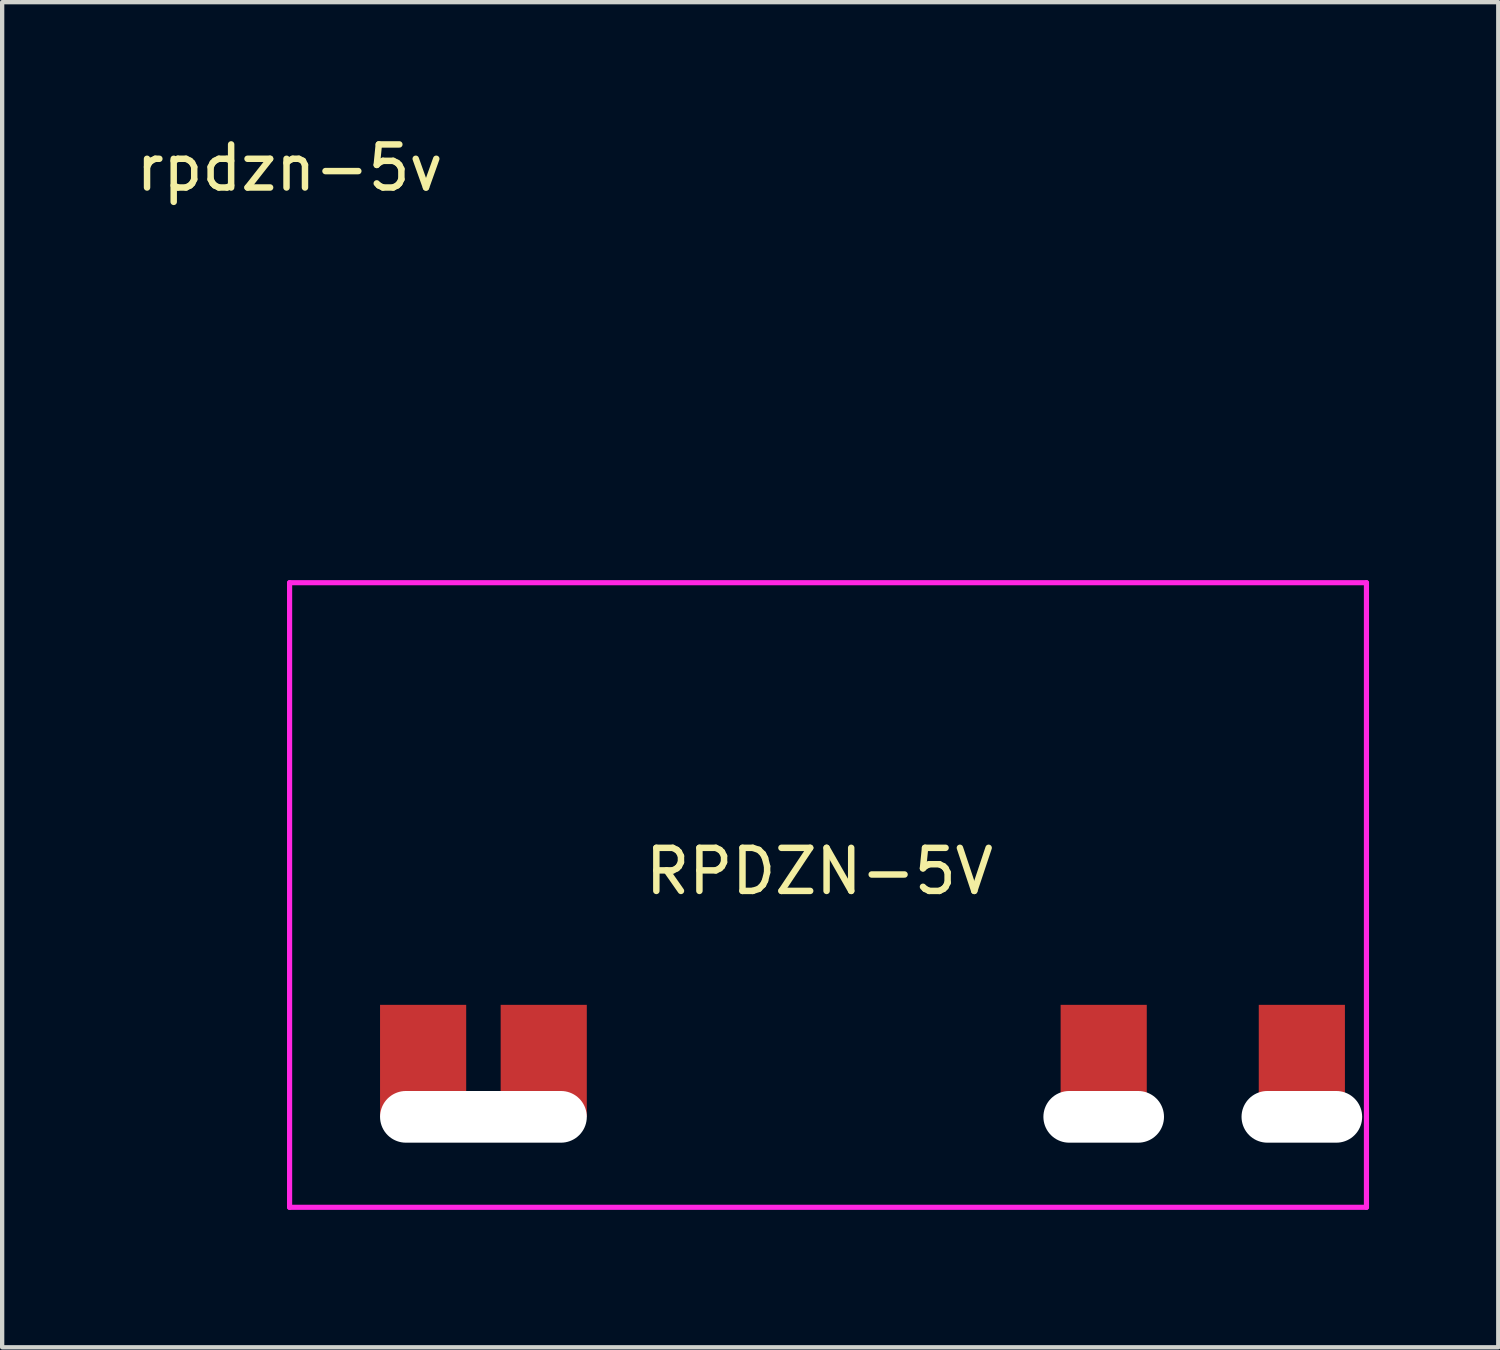
<source format=kicad_pcb>
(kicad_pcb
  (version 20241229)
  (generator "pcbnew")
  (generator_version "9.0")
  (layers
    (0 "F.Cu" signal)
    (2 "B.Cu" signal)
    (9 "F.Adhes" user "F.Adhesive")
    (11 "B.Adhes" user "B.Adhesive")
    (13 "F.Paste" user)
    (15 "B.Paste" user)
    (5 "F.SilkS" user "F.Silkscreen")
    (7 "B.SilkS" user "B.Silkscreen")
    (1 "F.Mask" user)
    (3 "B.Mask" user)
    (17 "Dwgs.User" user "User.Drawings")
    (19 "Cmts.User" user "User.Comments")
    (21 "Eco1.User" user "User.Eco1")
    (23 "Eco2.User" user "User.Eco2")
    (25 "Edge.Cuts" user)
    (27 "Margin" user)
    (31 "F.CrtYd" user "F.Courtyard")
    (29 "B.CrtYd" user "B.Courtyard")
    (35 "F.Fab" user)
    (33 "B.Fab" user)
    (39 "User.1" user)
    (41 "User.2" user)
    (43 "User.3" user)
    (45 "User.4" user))
  (footprint "rpdzn-5v"
    (layer "F.Cu")
    (at 3.673 24.978)
    (property "Reference" "rpdzn-5v" (at 0 -24.13 0) (layer "F.SilkS") (effects (font (size 1 1) (thickness 0.15))))
    (attr through_hole)
    (fp_line (start 0 -14.5) (end 0 0) (stroke (width 0.12) (type solid)) (layer "F.CrtYd"))
    (fp_line (start 0 0) (end 25 0) (stroke (width 0.12) (type solid)) (layer "F.CrtYd"))
    (fp_line (start 25 -14.5) (end 0 -14.5) (stroke (width 0.12) (type solid)) (layer "F.CrtYd"))
    (fp_line (start 25 0) (end 25 -14.5) (stroke (width 0.12) (type solid)) (layer "F.CrtYd"))
    (fp_text user "RPDZN-5V" (at 12.3 -7.8 0) (layer "F.SilkS") (effects (font (size 1 1) (thickness 0.15))))
    (pad "" np_thru_hole oval (at 4.5 -2.1) (size 4.8 1.2) (drill oval 4.8 1.2) (layers "*.Cu" "*.Mask"))
    (pad "" np_thru_hole oval (at 18.9 -2.1) (size 2.8 1.2) (drill oval 2.8 1.2) (layers "*.Cu" "*.Mask"))
    (pad "" np_thru_hole oval (at 23.5 -2.1) (size 2.8 1.2) (drill oval 2.8 1.2) (layers "*.Cu" "*.Mask"))
    (pad "1" smd rect (at 23.5 -3.4) (size 2 2.6) (layers "F.Cu" "F.Mask" "F.Paste"))
    (pad "2" smd rect (at 18.9 -3.4) (size 2 2.6) (layers "F.Cu" "F.Mask" "F.Paste"))
    (pad "3" smd rect (at 3.1 -3.4) (size 2 2.6) (layers "F.Cu" "F.Mask" "F.Paste"))
    (pad "4" smd rect (at 5.9 -3.4) (size 2 2.6) (layers "F.Cu" "F.Mask" "F.Paste")))
  (gr_rect
    (start -3 -3)
    (end 31.733 28.228)
    (stroke (width 0.1) (type default))
    (fill no)
    (layer "Edge.Cuts")))
</source>
